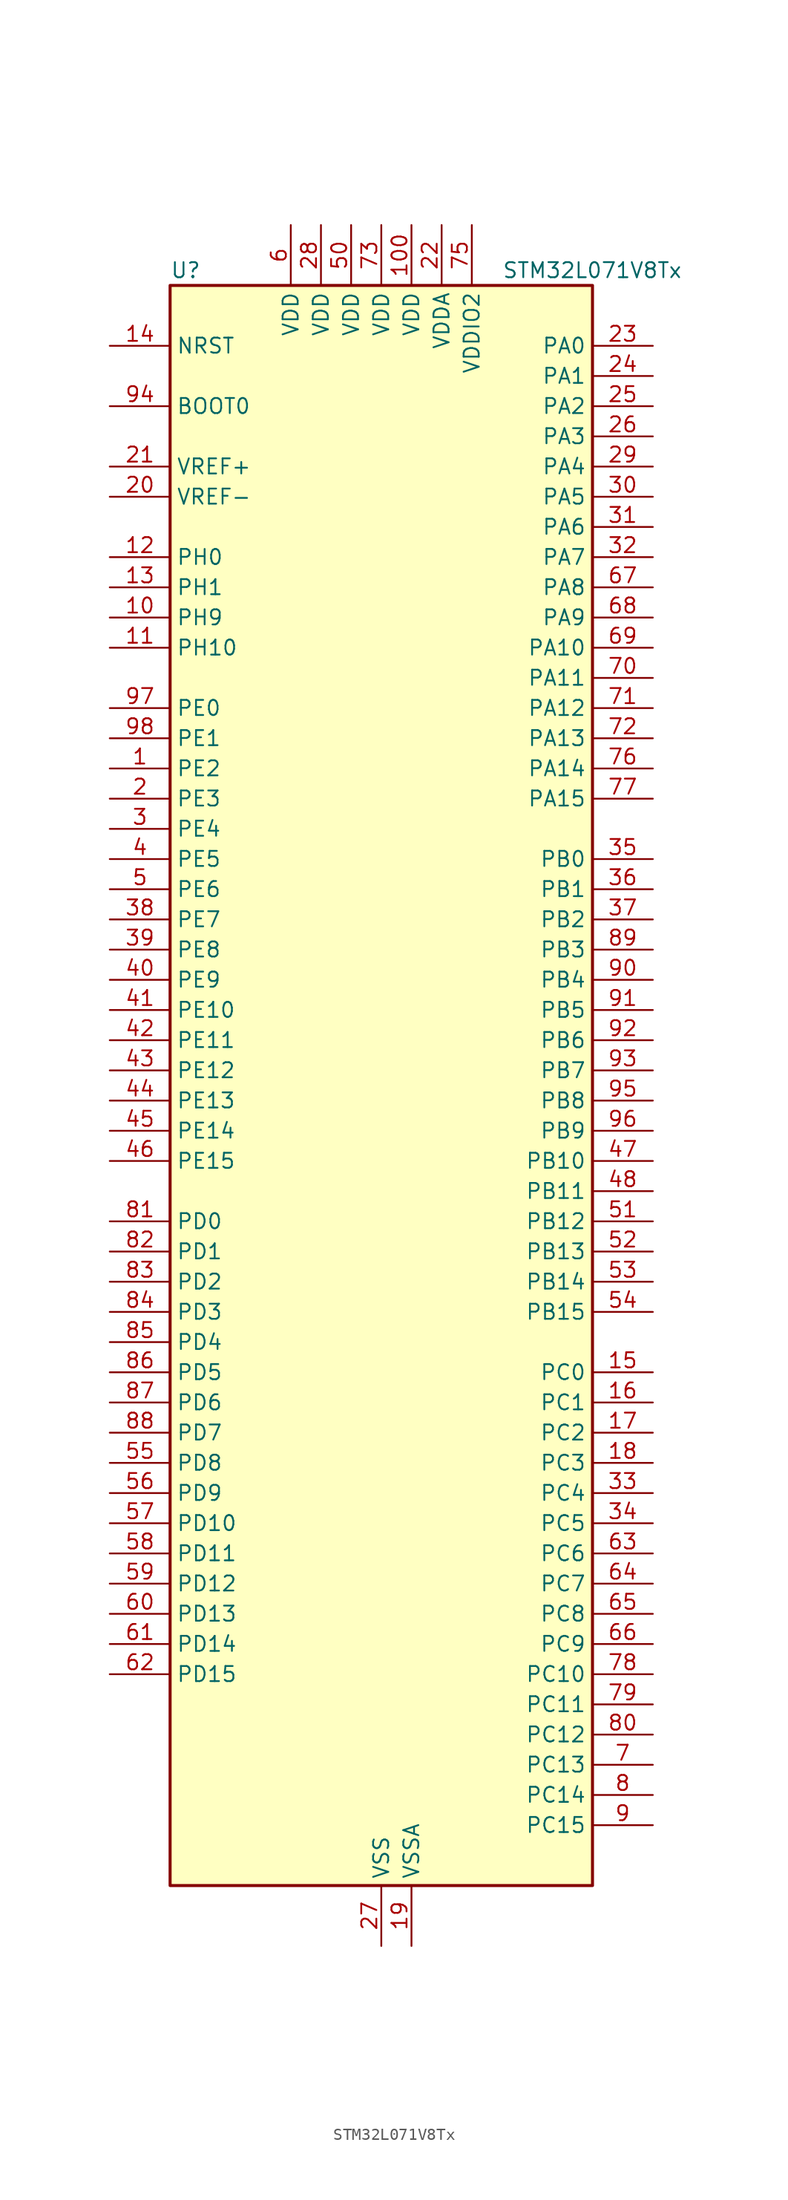
<source format=kicad_sym>
(kicad_symbol_lib
  (version 20241209)
  (generator "kicad_symbol_editor")
  (generator_version "9.0")
  (symbol "STM32L071V8Tx"
    (property "Reference" "U"
      (at -17.78 69.85 0)
      (effects (font (size 1.27 1.27)) (justify left)))
    (property "Value" "STM32L071V8Tx"
      (at 10.16 69.85 0)
      (effects (font (size 1.27 1.27)) (justify left)))
    (symbol "STM32L071V8Tx_0_1"
      (rectangle (start -17.78 -66.04) (end 17.78 68.58) (stroke (width 0.254) (type default)) (fill (type background))))
    (symbol "STM32L071V8Tx_1_1"
      (pin input line (at -22.86 63.5 0) (length 5.08) (name "NRST" (effects (font (size 1.27 1.27)))) (number "14" (effects (font (size 1.27 1.27)))))
      (pin input line (at -22.86 58.42 0) (length 5.08) (name "BOOT0" (effects (font (size 1.27 1.27)))) (number "94" (effects (font (size 1.27 1.27)))))
      (pin input line (at -22.86 53.34 0) (length 5.08) (name "VREF+" (effects (font (size 1.27 1.27)))) (number "21" (effects (font (size 1.27 1.27)))))
      (pin input line (at -22.86 50.8 0) (length 5.08) (name "VREF-" (effects (font (size 1.27 1.27)))) (number "20" (effects (font (size 1.27 1.27)))))
      (pin bidirectional line (at -22.86 45.72 0) (length 5.08) (name "PH0" (effects (font (size 1.27 1.27)))) (number "12" (effects (font (size 1.27 1.27)))) (alternate "RCC_OSC_IN" bidirectional line))
      (pin bidirectional line (at -22.86 43.18 0) (length 5.08) (name "PH1" (effects (font (size 1.27 1.27)))) (number "13" (effects (font (size 1.27 1.27)))) (alternate "RCC_OSC_OUT" bidirectional line))
      (pin bidirectional line (at -22.86 40.64 0) (length 5.08) (name "PH9" (effects (font (size 1.27 1.27)))) (number "10" (effects (font (size 1.27 1.27)))))
      (pin bidirectional line (at -22.86 38.1 0) (length 5.08) (name "PH10" (effects (font (size 1.27 1.27)))) (number "11" (effects (font (size 1.27 1.27)))))
      (pin bidirectional line (at -22.86 33.02 0) (length 5.08) (name "PE0" (effects (font (size 1.27 1.27)))) (number "97" (effects (font (size 1.27 1.27)))))
      (pin bidirectional line (at -22.86 30.48 0) (length 5.08) (name "PE1" (effects (font (size 1.27 1.27)))) (number "98" (effects (font (size 1.27 1.27)))))
      (pin bidirectional line (at -22.86 27.94 0) (length 5.08) (name "PE2" (effects (font (size 1.27 1.27)))) (number "1" (effects (font (size 1.27 1.27)))) (alternate "TIM3_ETR" bidirectional line))
      (pin bidirectional line (at -22.86 25.4 0) (length 5.08) (name "PE3" (effects (font (size 1.27 1.27)))) (number "2" (effects (font (size 1.27 1.27)))) (alternate "TIM22_CH1" bidirectional line) (alternate "TIM3_CH1" bidirectional line))
      (pin bidirectional line (at -22.86 22.86 0) (length 5.08) (name "PE4" (effects (font (size 1.27 1.27)))) (number "3" (effects (font (size 1.27 1.27)))) (alternate "TIM22_CH2" bidirectional line) (alternate "TIM3_CH2" bidirectional line))
      (pin bidirectional line (at -22.86 20.32 0) (length 5.08) (name "PE5" (effects (font (size 1.27 1.27)))) (number "4" (effects (font (size 1.27 1.27)))) (alternate "TIM21_CH1" bidirectional line) (alternate "TIM3_CH3" bidirectional line))
      (pin bidirectional line (at -22.86 17.78 0) (length 5.08) (name "PE6" (effects (font (size 1.27 1.27)))) (number "5" (effects (font (size 1.27 1.27)))) (alternate "RTC_TAMP3" bidirectional line) (alternate "SYS_WKUP3" bidirectional line) (alternate "TIM21_CH2" bidirectional line) (alternate "TIM3_CH4" bidirectional line))
      (pin bidirectional line (at -22.86 15.24 0) (length 5.08) (name "PE7" (effects (font (size 1.27 1.27)))) (number "38" (effects (font (size 1.27 1.27)))) (alternate "USART5_CK" bidirectional line) (alternate "USART5_DE" bidirectional line) (alternate "USART5_RTS" bidirectional line))
      (pin bidirectional line (at -22.86 12.7 0) (length 5.08) (name "PE8" (effects (font (size 1.27 1.27)))) (number "39" (effects (font (size 1.27 1.27)))) (alternate "USART4_TX" bidirectional line))
      (pin bidirectional line (at -22.86 10.16 0) (length 5.08) (name "PE9" (effects (font (size 1.27 1.27)))) (number "40" (effects (font (size 1.27 1.27)))) (alternate "TIM2_CH1" bidirectional line) (alternate "TIM2_ETR" bidirectional line) (alternate "USART4_RX" bidirectional line))
      (pin bidirectional line (at -22.86 7.62 0) (length 5.08) (name "PE10" (effects (font (size 1.27 1.27)))) (number "41" (effects (font (size 1.27 1.27)))) (alternate "TIM2_CH2" bidirectional line) (alternate "USART5_TX" bidirectional line))
      (pin bidirectional line (at -22.86 5.08 0) (length 5.08) (name "PE11" (effects (font (size 1.27 1.27)))) (number "42" (effects (font (size 1.27 1.27)))) (alternate "ADC_EXTI11" bidirectional line) (alternate "TIM2_CH3" bidirectional line) (alternate "USART5_RX" bidirectional line))
      (pin bidirectional line (at -22.86 2.54 0) (length 5.08) (name "PE12" (effects (font (size 1.27 1.27)))) (number "43" (effects (font (size 1.27 1.27)))) (alternate "SPI1_NSS" bidirectional line) (alternate "TIM2_CH4" bidirectional line))
      (pin bidirectional line (at -22.86 0 0) (length 5.08) (name "PE13" (effects (font (size 1.27 1.27)))) (number "44" (effects (font (size 1.27 1.27)))) (alternate "SPI1_SCK" bidirectional line))
      (pin bidirectional line (at -22.86 -2.54 0) (length 5.08) (name "PE14" (effects (font (size 1.27 1.27)))) (number "45" (effects (font (size 1.27 1.27)))) (alternate "SPI1_MISO" bidirectional line))
      (pin bidirectional line (at -22.86 -5.08 0) (length 5.08) (name "PE15" (effects (font (size 1.27 1.27)))) (number "46" (effects (font (size 1.27 1.27)))) (alternate "SPI1_MOSI" bidirectional line))
      (pin bidirectional line (at -22.86 -10.16 0) (length 5.08) (name "PD0" (effects (font (size 1.27 1.27)))) (number "81" (effects (font (size 1.27 1.27)))) (alternate "I2S2_WS" bidirectional line) (alternate "SPI2_NSS" bidirectional line) (alternate "TIM21_CH1" bidirectional line))
      (pin bidirectional line (at -22.86 -12.7 0) (length 5.08) (name "PD1" (effects (font (size 1.27 1.27)))) (number "82" (effects (font (size 1.27 1.27)))) (alternate "I2S2_CK" bidirectional line) (alternate "SPI2_SCK" bidirectional line))
      (pin bidirectional line (at -22.86 -15.24 0) (length 5.08) (name "PD2" (effects (font (size 1.27 1.27)))) (number "83" (effects (font (size 1.27 1.27)))) (alternate "LPUART1_DE" bidirectional line) (alternate "LPUART1_RTS" bidirectional line) (alternate "TIM3_ETR" bidirectional line) (alternate "USART5_RX" bidirectional line))
      (pin bidirectional line (at -22.86 -17.78 0) (length 5.08) (name "PD3" (effects (font (size 1.27 1.27)))) (number "84" (effects (font (size 1.27 1.27)))) (alternate "I2S2_MCK" bidirectional line) (alternate "SPI2_MISO" bidirectional line) (alternate "USART2_CTS" bidirectional line))
      (pin bidirectional line (at -22.86 -20.32 0) (length 5.08) (name "PD4" (effects (font (size 1.27 1.27)))) (number "85" (effects (font (size 1.27 1.27)))) (alternate "I2S2_SD" bidirectional line) (alternate "SPI2_MOSI" bidirectional line) (alternate "USART2_DE" bidirectional line) (alternate "USART2_RTS" bidirectional line))
      (pin bidirectional line (at -22.86 -22.86 0) (length 5.08) (name "PD5" (effects (font (size 1.27 1.27)))) (number "86" (effects (font (size 1.27 1.27)))) (alternate "USART2_TX" bidirectional line))
      (pin bidirectional line (at -22.86 -25.4 0) (length 5.08) (name "PD6" (effects (font (size 1.27 1.27)))) (number "87" (effects (font (size 1.27 1.27)))) (alternate "USART2_RX" bidirectional line))
      (pin bidirectional line (at -22.86 -27.94 0) (length 5.08) (name "PD7" (effects (font (size 1.27 1.27)))) (number "88" (effects (font (size 1.27 1.27)))) (alternate "TIM21_CH2" bidirectional line) (alternate "USART2_CK" bidirectional line))
      (pin bidirectional line (at -22.86 -30.48 0) (length 5.08) (name "PD8" (effects (font (size 1.27 1.27)))) (number "55" (effects (font (size 1.27 1.27)))) (alternate "LPUART1_TX" bidirectional line))
      (pin bidirectional line (at -22.86 -33.02 0) (length 5.08) (name "PD9" (effects (font (size 1.27 1.27)))) (number "56" (effects (font (size 1.27 1.27)))) (alternate "LPUART1_RX" bidirectional line))
      (pin bidirectional line (at -22.86 -35.56 0) (length 5.08) (name "PD10" (effects (font (size 1.27 1.27)))) (number "57" (effects (font (size 1.27 1.27)))))
      (pin bidirectional line (at -22.86 -38.1 0) (length 5.08) (name "PD11" (effects (font (size 1.27 1.27)))) (number "58" (effects (font (size 1.27 1.27)))) (alternate "ADC_EXTI11" bidirectional line) (alternate "LPUART1_CTS" bidirectional line))
      (pin bidirectional line (at -22.86 -40.64 0) (length 5.08) (name "PD12" (effects (font (size 1.27 1.27)))) (number "59" (effects (font (size 1.27 1.27)))) (alternate "LPUART1_DE" bidirectional line) (alternate "LPUART1_RTS" bidirectional line))
      (pin bidirectional line (at -22.86 -43.18 0) (length 5.08) (name "PD13" (effects (font (size 1.27 1.27)))) (number "60" (effects (font (size 1.27 1.27)))))
      (pin bidirectional line (at -22.86 -45.72 0) (length 5.08) (name "PD14" (effects (font (size 1.27 1.27)))) (number "61" (effects (font (size 1.27 1.27)))))
      (pin bidirectional line (at -22.86 -48.26 0) (length 5.08) (name "PD15" (effects (font (size 1.27 1.27)))) (number "62" (effects (font (size 1.27 1.27)))))
      (pin power_in line (at -7.62 73.66 270) (length 5.08) (name "VDD" (effects (font (size 1.27 1.27)))) (number "6" (effects (font (size 1.27 1.27)))))
      (pin power_in line (at -5.08 73.66 270) (length 5.08) (name "VDD" (effects (font (size 1.27 1.27)))) (number "28" (effects (font (size 1.27 1.27)))))
      (pin power_in line (at -2.54 73.66 270) (length 5.08) (name "VDD" (effects (font (size 1.27 1.27)))) (number "50" (effects (font (size 1.27 1.27)))))
      (pin power_in line (at 0 73.66 270) (length 5.08) (name "VDD" (effects (font (size 1.27 1.27)))) (number "73" (effects (font (size 1.27 1.27)))))
      (pin power_in line (at 0 -71.12 90) (length 5.08) (name "VSS" (effects (font (size 1.27 1.27)))) (number "27" (effects (font (size 1.27 1.27)))))
      (pin passive line (at 0 -71.12 90) (length 5.08) (hide yes) (name "VSS" (effects (font (size 1.27 1.27)))) (number "49" (effects (font (size 1.27 1.27)))))
      (pin passive line (at 0 -71.12 90) (length 5.08) (hide yes) (name "VSS" (effects (font (size 1.27 1.27)))) (number "74" (effects (font (size 1.27 1.27)))))
      (pin passive line (at 0 -71.12 90) (length 5.08) (hide yes) (name "VSS" (effects (font (size 1.27 1.27)))) (number "99" (effects (font (size 1.27 1.27)))))
      (pin power_in line (at 2.54 73.66 270) (length 5.08) (name "VDD" (effects (font (size 1.27 1.27)))) (number "100" (effects (font (size 1.27 1.27)))))
      (pin power_in line (at 2.54 -71.12 90) (length 5.08) (name "VSSA" (effects (font (size 1.27 1.27)))) (number "19" (effects (font (size 1.27 1.27)))))
      (pin power_in line (at 5.08 73.66 270) (length 5.08) (name "VDDA" (effects (font (size 1.27 1.27)))) (number "22" (effects (font (size 1.27 1.27)))))
      (pin power_in line (at 7.62 73.66 270) (length 5.08) (name "VDDIO2" (effects (font (size 1.27 1.27)))) (number "75" (effects (font (size 1.27 1.27)))))
      (pin bidirectional line (at 22.86 63.5 180) (length 5.08) (name "PA0" (effects (font (size 1.27 1.27)))) (number "23" (effects (font (size 1.27 1.27)))) (alternate "ADC_IN0" bidirectional line) (alternate "COMP1_INM" bidirectional line) (alternate "COMP1_OUT" bidirectional line) (alternate "RTC_TAMP2" bidirectional line) (alternate "SYS_WKUP1" bidirectional line) (alternate "TIM2_CH1" bidirectional line) (alternate "TIM2_ETR" bidirectional line) (alternate "USART2_CTS" bidirectional line) (alternate "USART4_TX" bidirectional line))
      (pin bidirectional line (at 22.86 60.96 180) (length 5.08) (name "PA1" (effects (font (size 1.27 1.27)))) (number "24" (effects (font (size 1.27 1.27)))) (alternate "ADC_IN1" bidirectional line) (alternate "COMP1_INP" bidirectional line) (alternate "TIM21_ETR" bidirectional line) (alternate "TIM2_CH2" bidirectional line) (alternate "USART2_DE" bidirectional line) (alternate "USART2_RTS" bidirectional line) (alternate "USART4_RX" bidirectional line))
      (pin bidirectional line (at 22.86 58.42 180) (length 5.08) (name "PA2" (effects (font (size 1.27 1.27)))) (number "25" (effects (font (size 1.27 1.27)))) (alternate "ADC_IN2" bidirectional line) (alternate "COMP2_INM" bidirectional line) (alternate "COMP2_OUT" bidirectional line) (alternate "LPUART1_TX" bidirectional line) (alternate "TIM21_CH1" bidirectional line) (alternate "TIM2_CH3" bidirectional line) (alternate "USART2_TX" bidirectional line))
      (pin bidirectional line (at 22.86 55.88 180) (length 5.08) (name "PA3" (effects (font (size 1.27 1.27)))) (number "26" (effects (font (size 1.27 1.27)))) (alternate "ADC_IN3" bidirectional line) (alternate "COMP2_INP" bidirectional line) (alternate "LPUART1_RX" bidirectional line) (alternate "TIM21_CH2" bidirectional line) (alternate "TIM2_CH4" bidirectional line) (alternate "USART2_RX" bidirectional line))
      (pin bidirectional line (at 22.86 53.34 180) (length 5.08) (name "PA4" (effects (font (size 1.27 1.27)))) (number "29" (effects (font (size 1.27 1.27)))) (alternate "ADC_IN4" bidirectional line) (alternate "COMP1_INM" bidirectional line) (alternate "COMP2_INM" bidirectional line) (alternate "SPI1_NSS" bidirectional line) (alternate "TIM22_ETR" bidirectional line) (alternate "USART2_CK" bidirectional line))
      (pin bidirectional line (at 22.86 50.8 180) (length 5.08) (name "PA5" (effects (font (size 1.27 1.27)))) (number "30" (effects (font (size 1.27 1.27)))) (alternate "ADC_IN5" bidirectional line) (alternate "COMP1_INM" bidirectional line) (alternate "COMP2_INM" bidirectional line) (alternate "SPI1_SCK" bidirectional line) (alternate "TIM2_CH1" bidirectional line) (alternate "TIM2_ETR" bidirectional line))
      (pin bidirectional line (at 22.86 48.26 180) (length 5.08) (name "PA6" (effects (font (size 1.27 1.27)))) (number "31" (effects (font (size 1.27 1.27)))) (alternate "ADC_IN6" bidirectional line) (alternate "COMP1_OUT" bidirectional line) (alternate "LPUART1_CTS" bidirectional line) (alternate "SPI1_MISO" bidirectional line) (alternate "TIM22_CH1" bidirectional line) (alternate "TIM3_CH1" bidirectional line))
      (pin bidirectional line (at 22.86 45.72 180) (length 5.08) (name "PA7" (effects (font (size 1.27 1.27)))) (number "32" (effects (font (size 1.27 1.27)))) (alternate "ADC_IN7" bidirectional line) (alternate "COMP2_OUT" bidirectional line) (alternate "SPI1_MOSI" bidirectional line) (alternate "TIM22_CH2" bidirectional line) (alternate "TIM3_CH2" bidirectional line))
      (pin bidirectional line (at 22.86 43.18 180) (length 5.08) (name "PA8" (effects (font (size 1.27 1.27)))) (number "67" (effects (font (size 1.27 1.27)))) (alternate "I2C3_SCL" bidirectional line) (alternate "RCC_MCO" bidirectional line) (alternate "USART1_CK" bidirectional line))
      (pin bidirectional line (at 22.86 40.64 180) (length 5.08) (name "PA9" (effects (font (size 1.27 1.27)))) (number "68" (effects (font (size 1.27 1.27)))) (alternate "I2C1_SCL" bidirectional line) (alternate "I2C3_SMBA" bidirectional line) (alternate "RCC_MCO" bidirectional line) (alternate "USART1_TX" bidirectional line))
      (pin bidirectional line (at 22.86 38.1 180) (length 5.08) (name "PA10" (effects (font (size 1.27 1.27)))) (number "69" (effects (font (size 1.27 1.27)))) (alternate "I2C1_SDA" bidirectional line) (alternate "USART1_RX" bidirectional line))
      (pin bidirectional line (at 22.86 35.56 180) (length 5.08) (name "PA11" (effects (font (size 1.27 1.27)))) (number "70" (effects (font (size 1.27 1.27)))) (alternate "ADC_EXTI11" bidirectional line) (alternate "COMP1_OUT" bidirectional line) (alternate "SPI1_MISO" bidirectional line) (alternate "USART1_CTS" bidirectional line))
      (pin bidirectional line (at 22.86 33.02 180) (length 5.08) (name "PA12" (effects (font (size 1.27 1.27)))) (number "71" (effects (font (size 1.27 1.27)))) (alternate "COMP2_OUT" bidirectional line) (alternate "SPI1_MOSI" bidirectional line) (alternate "USART1_DE" bidirectional line) (alternate "USART1_RTS" bidirectional line))
      (pin bidirectional line (at 22.86 30.48 180) (length 5.08) (name "PA13" (effects (font (size 1.27 1.27)))) (number "72" (effects (font (size 1.27 1.27)))) (alternate "LPUART1_RX" bidirectional line) (alternate "SYS_SWDIO" bidirectional line))
      (pin bidirectional line (at 22.86 27.94 180) (length 5.08) (name "PA14" (effects (font (size 1.27 1.27)))) (number "76" (effects (font (size 1.27 1.27)))) (alternate "LPUART1_TX" bidirectional line) (alternate "SYS_SWCLK" bidirectional line) (alternate "USART2_TX" bidirectional line))
      (pin bidirectional line (at 22.86 25.4 180) (length 5.08) (name "PA15" (effects (font (size 1.27 1.27)))) (number "77" (effects (font (size 1.27 1.27)))) (alternate "SPI1_NSS" bidirectional line) (alternate "TIM2_CH1" bidirectional line) (alternate "TIM2_ETR" bidirectional line) (alternate "USART2_RX" bidirectional line) (alternate "USART4_DE" bidirectional line) (alternate "USART4_RTS" bidirectional line))
      (pin bidirectional line (at 22.86 20.32 180) (length 5.08) (name "PB0" (effects (font (size 1.27 1.27)))) (number "35" (effects (font (size 1.27 1.27)))) (alternate "ADC_IN8" bidirectional line) (alternate "SYS_VREF_OUT_PB0" bidirectional line) (alternate "TIM3_CH3" bidirectional line))
      (pin bidirectional line (at 22.86 17.78 180) (length 5.08) (name "PB1" (effects (font (size 1.27 1.27)))) (number "36" (effects (font (size 1.27 1.27)))) (alternate "ADC_IN9" bidirectional line) (alternate "LPUART1_DE" bidirectional line) (alternate "LPUART1_RTS" bidirectional line) (alternate "SYS_VREF_OUT_PB1" bidirectional line) (alternate "TIM3_CH4" bidirectional line))
      (pin bidirectional line (at 22.86 15.24 180) (length 5.08) (name "PB2" (effects (font (size 1.27 1.27)))) (number "37" (effects (font (size 1.27 1.27)))) (alternate "I2C3_SMBA" bidirectional line) (alternate "LPTIM1_OUT" bidirectional line))
      (pin bidirectional line (at 22.86 12.7 180) (length 5.08) (name "PB3" (effects (font (size 1.27 1.27)))) (number "89" (effects (font (size 1.27 1.27)))) (alternate "COMP2_INM" bidirectional line) (alternate "SPI1_SCK" bidirectional line) (alternate "TIM2_CH2" bidirectional line) (alternate "USART1_DE" bidirectional line) (alternate "USART1_RTS" bidirectional line) (alternate "USART5_TX" bidirectional line))
      (pin bidirectional line (at 22.86 10.16 180) (length 5.08) (name "PB4" (effects (font (size 1.27 1.27)))) (number "90" (effects (font (size 1.27 1.27)))) (alternate "COMP2_INP" bidirectional line) (alternate "I2C3_SDA" bidirectional line) (alternate "SPI1_MISO" bidirectional line) (alternate "TIM22_CH1" bidirectional line) (alternate "TIM3_CH1" bidirectional line) (alternate "USART1_CTS" bidirectional line) (alternate "USART5_RX" bidirectional line))
      (pin bidirectional line (at 22.86 7.62 180) (length 5.08) (name "PB5" (effects (font (size 1.27 1.27)))) (number "91" (effects (font (size 1.27 1.27)))) (alternate "COMP2_INP" bidirectional line) (alternate "I2C1_SMBA" bidirectional line) (alternate "LPTIM1_IN1" bidirectional line) (alternate "SPI1_MOSI" bidirectional line) (alternate "TIM22_CH2" bidirectional line) (alternate "TIM3_CH2" bidirectional line) (alternate "USART1_CK" bidirectional line) (alternate "USART5_CK" bidirectional line) (alternate "USART5_DE" bidirectional line) (alternate "USART5_RTS" bidirectional line))
      (pin bidirectional line (at 22.86 5.08 180) (length 5.08) (name "PB6" (effects (font (size 1.27 1.27)))) (number "92" (effects (font (size 1.27 1.27)))) (alternate "COMP2_INP" bidirectional line) (alternate "I2C1_SCL" bidirectional line) (alternate "LPTIM1_ETR" bidirectional line) (alternate "USART1_TX" bidirectional line))
      (pin bidirectional line (at 22.86 2.54 180) (length 5.08) (name "PB7" (effects (font (size 1.27 1.27)))) (number "93" (effects (font (size 1.27 1.27)))) (alternate "COMP2_INP" bidirectional line) (alternate "I2C1_SDA" bidirectional line) (alternate "LPTIM1_IN2" bidirectional line) (alternate "SYS_PVD_IN" bidirectional line) (alternate "USART1_RX" bidirectional line) (alternate "USART4_CTS" bidirectional line))
      (pin bidirectional line (at 22.86 0 180) (length 5.08) (name "PB8" (effects (font (size 1.27 1.27)))) (number "95" (effects (font (size 1.27 1.27)))) (alternate "I2C1_SCL" bidirectional line))
      (pin bidirectional line (at 22.86 -2.54 180) (length 5.08) (name "PB9" (effects (font (size 1.27 1.27)))) (number "96" (effects (font (size 1.27 1.27)))) (alternate "I2C1_SDA" bidirectional line) (alternate "I2S2_WS" bidirectional line) (alternate "SPI2_NSS" bidirectional line))
      (pin bidirectional line (at 22.86 -5.08 180) (length 5.08) (name "PB10" (effects (font (size 1.27 1.27)))) (number "47" (effects (font (size 1.27 1.27)))) (alternate "I2C2_SCL" bidirectional line) (alternate "LPUART1_RX" bidirectional line) (alternate "LPUART1_TX" bidirectional line) (alternate "SPI2_SCK" bidirectional line) (alternate "TIM2_CH3" bidirectional line))
      (pin bidirectional line (at 22.86 -7.62 180) (length 5.08) (name "PB11" (effects (font (size 1.27 1.27)))) (number "48" (effects (font (size 1.27 1.27)))) (alternate "ADC_EXTI11" bidirectional line) (alternate "I2C2_SDA" bidirectional line) (alternate "LPUART1_RX" bidirectional line) (alternate "LPUART1_TX" bidirectional line) (alternate "TIM2_CH4" bidirectional line))
      (pin bidirectional line (at 22.86 -10.16 180) (length 5.08) (name "PB12" (effects (font (size 1.27 1.27)))) (number "51" (effects (font (size 1.27 1.27)))) (alternate "I2S2_WS" bidirectional line) (alternate "LPUART1_DE" bidirectional line) (alternate "LPUART1_RTS" bidirectional line) (alternate "SPI2_NSS" bidirectional line))
      (pin bidirectional line (at 22.86 -12.7 180) (length 5.08) (name "PB13" (effects (font (size 1.27 1.27)))) (number "52" (effects (font (size 1.27 1.27)))) (alternate "I2C2_SCL" bidirectional line) (alternate "I2S2_CK" bidirectional line) (alternate "LPUART1_CTS" bidirectional line) (alternate "RCC_MCO" bidirectional line) (alternate "SPI2_SCK" bidirectional line) (alternate "TIM21_CH1" bidirectional line))
      (pin bidirectional line (at 22.86 -15.24 180) (length 5.08) (name "PB14" (effects (font (size 1.27 1.27)))) (number "53" (effects (font (size 1.27 1.27)))) (alternate "I2C2_SDA" bidirectional line) (alternate "I2S2_MCK" bidirectional line) (alternate "LPUART1_DE" bidirectional line) (alternate "LPUART1_RTS" bidirectional line) (alternate "RTC_OUT_ALARM" bidirectional line) (alternate "RTC_OUT_CALIB" bidirectional line) (alternate "SPI2_MISO" bidirectional line) (alternate "TIM21_CH2" bidirectional line))
      (pin bidirectional line (at 22.86 -17.78 180) (length 5.08) (name "PB15" (effects (font (size 1.27 1.27)))) (number "54" (effects (font (size 1.27 1.27)))) (alternate "I2S2_SD" bidirectional line) (alternate "RTC_REFIN" bidirectional line) (alternate "SPI2_MOSI" bidirectional line))
      (pin bidirectional line (at 22.86 -22.86 180) (length 5.08) (name "PC0" (effects (font (size 1.27 1.27)))) (number "15" (effects (font (size 1.27 1.27)))) (alternate "ADC_IN10" bidirectional line) (alternate "I2C3_SCL" bidirectional line) (alternate "LPTIM1_IN1" bidirectional line) (alternate "LPUART1_RX" bidirectional line))
      (pin bidirectional line (at 22.86 -25.4 180) (length 5.08) (name "PC1" (effects (font (size 1.27 1.27)))) (number "16" (effects (font (size 1.27 1.27)))) (alternate "ADC_IN11" bidirectional line) (alternate "I2C3_SDA" bidirectional line) (alternate "LPTIM1_OUT" bidirectional line) (alternate "LPUART1_TX" bidirectional line))
      (pin bidirectional line (at 22.86 -27.94 180) (length 5.08) (name "PC2" (effects (font (size 1.27 1.27)))) (number "17" (effects (font (size 1.27 1.27)))) (alternate "ADC_IN12" bidirectional line) (alternate "I2S2_MCK" bidirectional line) (alternate "LPTIM1_IN2" bidirectional line) (alternate "SPI2_MISO" bidirectional line))
      (pin bidirectional line (at 22.86 -30.48 180) (length 5.08) (name "PC3" (effects (font (size 1.27 1.27)))) (number "18" (effects (font (size 1.27 1.27)))) (alternate "ADC_IN13" bidirectional line) (alternate "I2S2_SD" bidirectional line) (alternate "LPTIM1_ETR" bidirectional line) (alternate "SPI2_MOSI" bidirectional line))
      (pin bidirectional line (at 22.86 -33.02 180) (length 5.08) (name "PC4" (effects (font (size 1.27 1.27)))) (number "33" (effects (font (size 1.27 1.27)))) (alternate "ADC_IN14" bidirectional line) (alternate "LPUART1_TX" bidirectional line))
      (pin bidirectional line (at 22.86 -35.56 180) (length 5.08) (name "PC5" (effects (font (size 1.27 1.27)))) (number "34" (effects (font (size 1.27 1.27)))) (alternate "ADC_IN15" bidirectional line) (alternate "LPUART1_RX" bidirectional line))
      (pin bidirectional line (at 22.86 -38.1 180) (length 5.08) (name "PC6" (effects (font (size 1.27 1.27)))) (number "63" (effects (font (size 1.27 1.27)))) (alternate "TIM22_CH1" bidirectional line) (alternate "TIM3_CH1" bidirectional line))
      (pin bidirectional line (at 22.86 -40.64 180) (length 5.08) (name "PC7" (effects (font (size 1.27 1.27)))) (number "64" (effects (font (size 1.27 1.27)))) (alternate "TIM22_CH2" bidirectional line) (alternate "TIM3_CH2" bidirectional line))
      (pin bidirectional line (at 22.86 -43.18 180) (length 5.08) (name "PC8" (effects (font (size 1.27 1.27)))) (number "65" (effects (font (size 1.27 1.27)))) (alternate "TIM22_ETR" bidirectional line) (alternate "TIM3_CH3" bidirectional line))
      (pin bidirectional line (at 22.86 -45.72 180) (length 5.08) (name "PC9" (effects (font (size 1.27 1.27)))) (number "66" (effects (font (size 1.27 1.27)))) (alternate "I2C3_SDA" bidirectional line) (alternate "TIM21_ETR" bidirectional line) (alternate "TIM3_CH4" bidirectional line))
      (pin bidirectional line (at 22.86 -48.26 180) (length 5.08) (name "PC10" (effects (font (size 1.27 1.27)))) (number "78" (effects (font (size 1.27 1.27)))) (alternate "LPUART1_TX" bidirectional line) (alternate "USART4_TX" bidirectional line))
      (pin bidirectional line (at 22.86 -50.8 180) (length 5.08) (name "PC11" (effects (font (size 1.27 1.27)))) (number "79" (effects (font (size 1.27 1.27)))) (alternate "ADC_EXTI11" bidirectional line) (alternate "LPUART1_RX" bidirectional line) (alternate "USART4_RX" bidirectional line))
      (pin bidirectional line (at 22.86 -53.34 180) (length 5.08) (name "PC12" (effects (font (size 1.27 1.27)))) (number "80" (effects (font (size 1.27 1.27)))) (alternate "USART4_CK" bidirectional line) (alternate "USART5_TX" bidirectional line))
      (pin bidirectional line (at 22.86 -55.88 180) (length 5.08) (name "PC13" (effects (font (size 1.27 1.27)))) (number "7" (effects (font (size 1.27 1.27)))) (alternate "RTC_OUT_ALARM" bidirectional line) (alternate "RTC_OUT_CALIB" bidirectional line) (alternate "RTC_TAMP1" bidirectional line) (alternate "RTC_TS" bidirectional line) (alternate "SYS_WKUP2" bidirectional line))
      (pin bidirectional line (at 22.86 -58.42 180) (length 5.08) (name "PC14" (effects (font (size 1.27 1.27)))) (number "8" (effects (font (size 1.27 1.27)))) (alternate "RCC_OSC32_IN" bidirectional line))
      (pin bidirectional line (at 22.86 -60.96 180) (length 5.08) (name "PC15" (effects (font (size 1.27 1.27)))) (number "9" (effects (font (size 1.27 1.27)))) (alternate "RCC_OSC32_OUT" bidirectional line)))))
</source>
